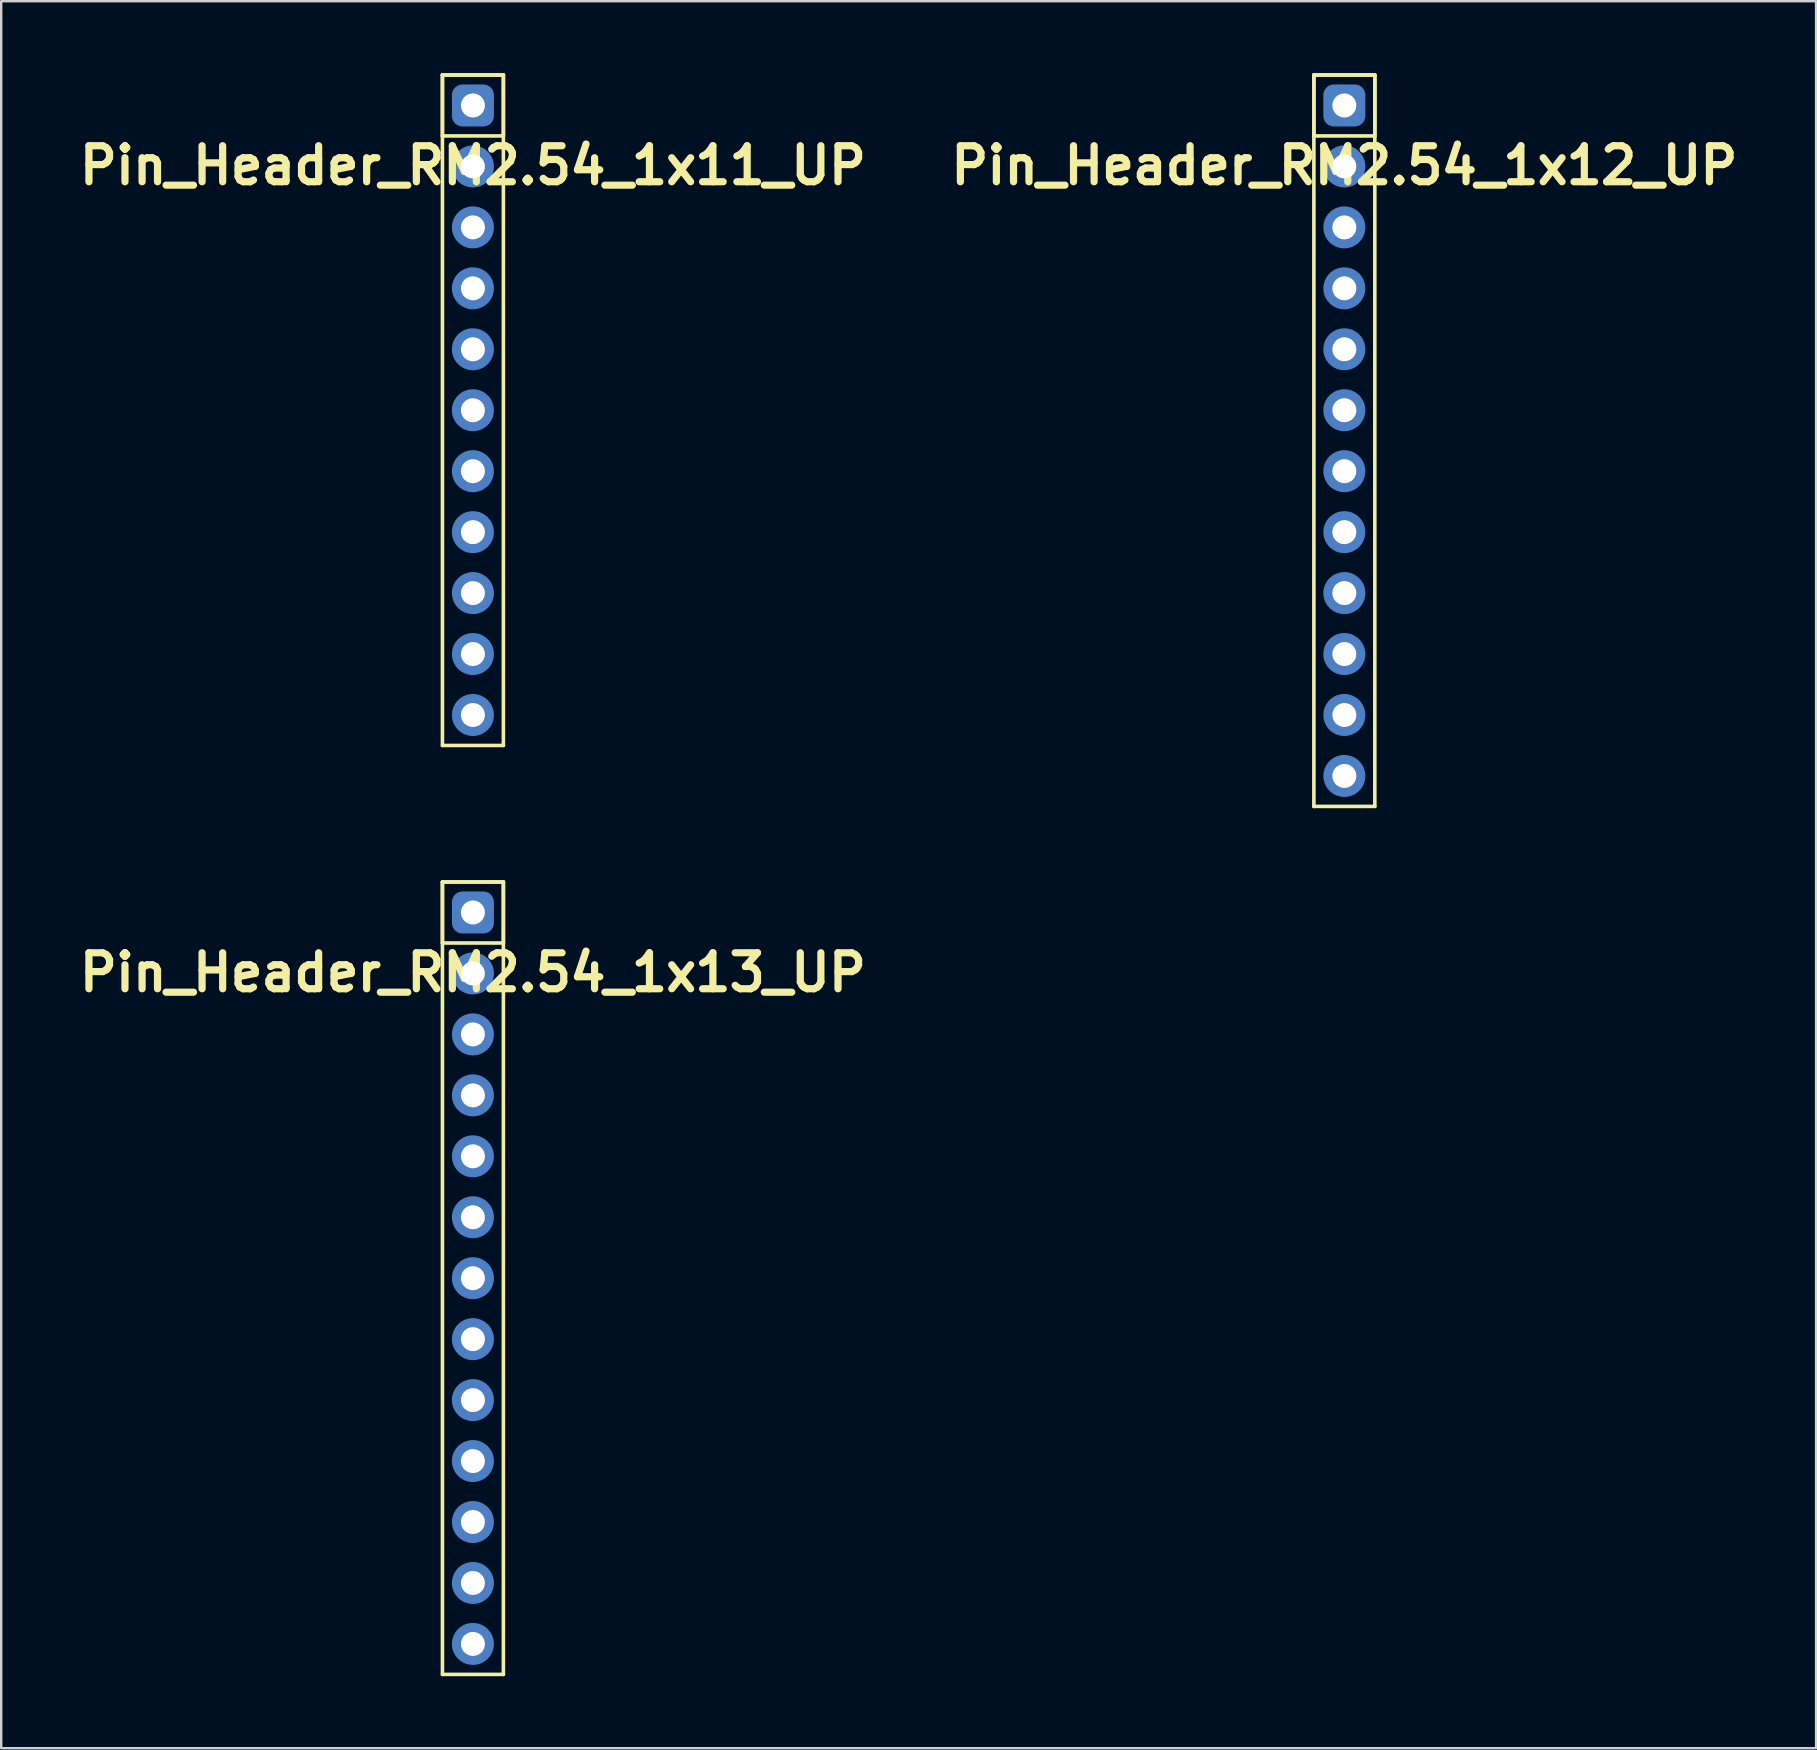
<source format=kicad_pcb>
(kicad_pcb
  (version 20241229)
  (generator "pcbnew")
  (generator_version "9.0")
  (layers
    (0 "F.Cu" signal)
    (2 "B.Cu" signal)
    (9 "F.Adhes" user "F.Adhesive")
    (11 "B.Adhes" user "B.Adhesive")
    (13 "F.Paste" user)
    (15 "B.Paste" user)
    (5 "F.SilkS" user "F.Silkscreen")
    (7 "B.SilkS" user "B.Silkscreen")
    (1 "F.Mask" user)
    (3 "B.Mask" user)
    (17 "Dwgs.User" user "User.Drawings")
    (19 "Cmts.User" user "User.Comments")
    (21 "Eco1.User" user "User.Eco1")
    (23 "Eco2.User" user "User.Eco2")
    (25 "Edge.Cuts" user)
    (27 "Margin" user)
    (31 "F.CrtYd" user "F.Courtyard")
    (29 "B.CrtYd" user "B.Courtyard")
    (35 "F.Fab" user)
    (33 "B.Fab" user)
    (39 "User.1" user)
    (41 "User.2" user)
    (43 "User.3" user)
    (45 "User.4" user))
  (footprint "Pin_Header_RM2.54_1x12_UP"
    (layer "F.Cu")
    (at 52.971 1.345)
    (property "Reference" "Pin_Header_RM2.54_1x12_UP" (at 0 2.5 0) (layer "F.SilkS") (effects (font (size 1.5 1.5) (thickness 0.3))))
    (attr through_hole)
    (fp_line (start -1.27 -1.27) (end 1.27 -1.27) (stroke (width 0.15) (type solid)) (layer "F.SilkS"))
    (fp_line (start -1.27 -1.27) (end 1.27 -1.27) (stroke (width 0.15) (type solid)) (layer "F.SilkS"))
    (fp_line (start -1.27 1.27) (end -1.27 -1.27) (stroke (width 0.15) (type solid)) (layer "F.SilkS"))
    (fp_line (start -1.27 29.21) (end -1.27 -1.27) (stroke (width 0.15) (type solid)) (layer "F.SilkS"))
    (fp_line (start 1.27 -1.27) (end 1.27 1.27) (stroke (width 0.15) (type solid)) (layer "F.SilkS"))
    (fp_line (start 1.27 -1.27) (end 1.27 29.21) (stroke (width 0.15) (type solid)) (layer "F.SilkS"))
    (fp_line (start 1.27 1.27) (end -1.27 1.27) (stroke (width 0.15) (type solid)) (layer "F.SilkS"))
    (fp_line (start 1.27 29.21) (end -1.27 29.21) (stroke (width 0.15) (type solid)) (layer "F.SilkS"))
    (pad "1" thru_hole circle (at 0 0) (size 1.3 1.3) (drill 1) (layers "*.Cu" "*.Mask"))
    (pad "1" smd roundrect (at 0 0) (size 1.5 1.5) (layers "F.Cu" "F.Mask") (roundrect_rratio 0.25))
    (pad "1" smd roundrect (at 0 0) (size 1.75 1.75) (layers "B.Cu" "B.Mask") (roundrect_rratio 0.25))
    (pad "2" thru_hole circle (at 0 2.54) (size 1.3 1.3) (drill 1) (layers "*.Cu" "*.Mask"))
    (pad "2" smd circle (at 0 2.54) (size 1.5 1.5) (layers "F.Cu" "F.Mask"))
    (pad "2" smd circle (at 0 2.54) (size 1.75 1.75) (layers "B.Cu" "B.Mask"))
    (pad "3" thru_hole circle (at 0 5.08) (size 1.3 1.3) (drill 1) (layers "*.Cu" "*.Mask"))
    (pad "3" smd circle (at 0 5.08) (size 1.5 1.5) (layers "F.Cu" "F.Mask"))
    (pad "3" smd circle (at 0 5.08) (size 1.75 1.75) (layers "B.Cu" "B.Mask"))
    (pad "4" thru_hole circle (at 0 7.62) (size 1.3 1.3) (drill 1) (layers "*.Cu" "*.Mask"))
    (pad "4" smd circle (at 0 7.62) (size 1.5 1.5) (layers "F.Cu" "F.Mask"))
    (pad "4" smd circle (at 0 7.62) (size 1.75 1.75) (layers "B.Cu" "B.Mask"))
    (pad "5" thru_hole circle (at 0 10.16) (size 1.3 1.3) (drill 1) (layers "*.Cu" "*.Mask"))
    (pad "5" smd circle (at 0 10.16) (size 1.5 1.5) (layers "F.Cu" "F.Mask"))
    (pad "5" smd circle (at 0 10.16) (size 1.75 1.75) (layers "B.Cu" "B.Mask"))
    (pad "6" thru_hole circle (at 0 12.7) (size 1.3 1.3) (drill 1) (layers "*.Cu" "*.Mask"))
    (pad "6" smd circle (at 0 12.7) (size 1.5 1.5) (layers "F.Cu" "F.Mask"))
    (pad "6" smd circle (at 0 12.7) (size 1.75 1.75) (layers "B.Cu" "B.Mask"))
    (pad "7" thru_hole circle (at 0 15.24) (size 1.3 1.3) (drill 1) (layers "*.Cu" "*.Mask"))
    (pad "7" smd circle (at 0 15.24) (size 1.5 1.5) (layers "F.Cu" "F.Mask"))
    (pad "7" smd circle (at 0 15.24) (size 1.75 1.75) (layers "B.Cu" "B.Mask"))
    (pad "8" thru_hole circle (at 0 17.78) (size 1.3 1.3) (drill 1) (layers "*.Cu" "*.Mask"))
    (pad "8" smd circle (at 0 17.78) (size 1.5 1.5) (layers "F.Cu" "F.Mask"))
    (pad "8" smd circle (at 0 17.78) (size 1.75 1.75) (layers "B.Cu" "B.Mask"))
    (pad "9" thru_hole circle (at 0 20.32) (size 1.3 1.3) (drill 1) (layers "*.Cu" "*.Mask"))
    (pad "9" smd circle (at 0 20.32) (size 1.5 1.5) (layers "F.Cu" "F.Mask"))
    (pad "9" smd circle (at 0 20.32) (size 1.75 1.75) (layers "B.Cu" "B.Mask"))
    (pad "10" thru_hole circle (at 0 22.86) (size 1.3 1.3) (drill 1) (layers "*.Cu" "*.Mask"))
    (pad "10" smd circle (at 0 22.86) (size 1.5 1.5) (layers "F.Cu" "F.Mask"))
    (pad "10" smd circle (at 0 22.86) (size 1.75 1.75) (layers "B.Cu" "B.Mask"))
    (pad "11" thru_hole circle (at 0 25.4) (size 1.3 1.3) (drill 1) (layers "*.Cu" "*.Mask"))
    (pad "11" smd circle (at 0 25.4) (size 1.5 1.5) (layers "F.Cu" "F.Mask"))
    (pad "11" smd circle (at 0 25.4) (size 1.75 1.75) (layers "B.Cu" "B.Mask"))
    (pad "12" thru_hole circle (at 0 27.94) (size 1.3 1.3) (drill 1) (layers "*.Cu" "*.Mask"))
    (pad "12" smd circle (at 0 27.94) (size 1.5 1.5) (layers "F.Cu" "F.Mask"))
    (pad "12" smd circle (at 0 27.94) (size 1.75 1.75) (layers "B.Cu" "B.Mask")))
  (footprint "Pin_Header_RM2.54_1x11_UP"
    (layer "F.Cu")
    (at 16.657 1.345)
    (property "Reference" "Pin_Header_RM2.54_1x11_UP" (at 0 2.5 0) (layer "F.SilkS") (effects (font (size 1.5 1.5) (thickness 0.3))))
    (attr through_hole)
    (fp_line (start -1.27 -1.27) (end 1.27 -1.27) (stroke (width 0.15) (type solid)) (layer "F.SilkS"))
    (fp_line (start -1.27 -1.27) (end 1.27 -1.27) (stroke (width 0.15) (type solid)) (layer "F.SilkS"))
    (fp_line (start -1.27 1.27) (end -1.27 -1.27) (stroke (width 0.15) (type solid)) (layer "F.SilkS"))
    (fp_line (start -1.27 26.67) (end -1.27 -1.27) (stroke (width 0.15) (type solid)) (layer "F.SilkS"))
    (fp_line (start 1.27 -1.27) (end 1.27 1.27) (stroke (width 0.15) (type solid)) (layer "F.SilkS"))
    (fp_line (start 1.27 -1.27) (end 1.27 26.67) (stroke (width 0.15) (type solid)) (layer "F.SilkS"))
    (fp_line (start 1.27 1.27) (end -1.27 1.27) (stroke (width 0.15) (type solid)) (layer "F.SilkS"))
    (fp_line (start 1.27 26.67) (end -1.27 26.67) (stroke (width 0.15) (type solid)) (layer "F.SilkS"))
    (pad "1" thru_hole circle (at 0 0) (size 1.3 1.3) (drill 1) (layers "*.Cu" "*.Mask"))
    (pad "1" smd roundrect (at 0 0) (size 1.5 1.5) (layers "F.Cu" "F.Mask") (roundrect_rratio 0.25))
    (pad "1" smd roundrect (at 0 0) (size 1.75 1.75) (layers "B.Cu" "B.Mask") (roundrect_rratio 0.25))
    (pad "2" thru_hole circle (at 0 2.54) (size 1.3 1.3) (drill 1) (layers "*.Cu" "*.Mask"))
    (pad "2" smd circle (at 0 2.54) (size 1.5 1.5) (layers "F.Cu" "F.Mask"))
    (pad "2" smd circle (at 0 2.54) (size 1.75 1.75) (layers "B.Cu" "B.Mask"))
    (pad "3" thru_hole circle (at 0 5.08) (size 1.3 1.3) (drill 1) (layers "*.Cu" "*.Mask"))
    (pad "3" smd circle (at 0 5.08) (size 1.5 1.5) (layers "F.Cu" "F.Mask"))
    (pad "3" smd circle (at 0 5.08) (size 1.75 1.75) (layers "B.Cu" "B.Mask"))
    (pad "4" thru_hole circle (at 0 7.62) (size 1.3 1.3) (drill 1) (layers "*.Cu" "*.Mask"))
    (pad "4" smd circle (at 0 7.62) (size 1.5 1.5) (layers "F.Cu" "F.Mask"))
    (pad "4" smd circle (at 0 7.62) (size 1.75 1.75) (layers "B.Cu" "B.Mask"))
    (pad "5" thru_hole circle (at 0 10.16) (size 1.3 1.3) (drill 1) (layers "*.Cu" "*.Mask"))
    (pad "5" smd circle (at 0 10.16) (size 1.5 1.5) (layers "F.Cu" "F.Mask"))
    (pad "5" smd circle (at 0 10.16) (size 1.75 1.75) (layers "B.Cu" "B.Mask"))
    (pad "6" thru_hole circle (at 0 12.7) (size 1.3 1.3) (drill 1) (layers "*.Cu" "*.Mask"))
    (pad "6" smd circle (at 0 12.7) (size 1.5 1.5) (layers "F.Cu" "F.Mask"))
    (pad "6" smd circle (at 0 12.7) (size 1.75 1.75) (layers "B.Cu" "B.Mask"))
    (pad "7" thru_hole circle (at 0 15.24) (size 1.3 1.3) (drill 1) (layers "*.Cu" "*.Mask"))
    (pad "7" smd circle (at 0 15.24) (size 1.5 1.5) (layers "F.Cu" "F.Mask"))
    (pad "7" smd circle (at 0 15.24) (size 1.75 1.75) (layers "B.Cu" "B.Mask"))
    (pad "8" thru_hole circle (at 0 17.78) (size 1.3 1.3) (drill 1) (layers "*.Cu" "*.Mask"))
    (pad "8" smd circle (at 0 17.78) (size 1.5 1.5) (layers "F.Cu" "F.Mask"))
    (pad "8" smd circle (at 0 17.78) (size 1.75 1.75) (layers "B.Cu" "B.Mask"))
    (pad "9" thru_hole circle (at 0 20.32) (size 1.3 1.3) (drill 1) (layers "*.Cu" "*.Mask"))
    (pad "9" smd circle (at 0 20.32) (size 1.5 1.5) (layers "F.Cu" "F.Mask"))
    (pad "9" smd circle (at 0 20.32) (size 1.75 1.75) (layers "B.Cu" "B.Mask"))
    (pad "10" thru_hole circle (at 0 22.86) (size 1.3 1.3) (drill 1) (layers "*.Cu" "*.Mask"))
    (pad "10" smd circle (at 0 22.86) (size 1.5 1.5) (layers "F.Cu" "F.Mask"))
    (pad "10" smd circle (at 0 22.86) (size 1.75 1.75) (layers "B.Cu" "B.Mask"))
    (pad "11" thru_hole circle (at 0 25.4) (size 1.3 1.3) (drill 1) (layers "*.Cu" "*.Mask"))
    (pad "11" smd circle (at 0 25.4) (size 1.5 1.5) (layers "F.Cu" "F.Mask"))
    (pad "11" smd circle (at 0 25.4) (size 1.75 1.75) (layers "B.Cu" "B.Mask")))
  (footprint "Pin_Header_RM2.54_1x13_UP"
    (layer "F.Cu")
    (at 16.657 34.975)
    (property "Reference" "Pin_Header_RM2.54_1x13_UP" (at 0 2.5 0) (layer "F.SilkS") (effects (font (size 1.5 1.5) (thickness 0.3))))
    (attr through_hole)
    (fp_line (start -1.27 -1.27) (end 1.27 -1.27) (stroke (width 0.15) (type solid)) (layer "F.SilkS"))
    (fp_line (start -1.27 -1.27) (end 1.27 -1.27) (stroke (width 0.15) (type solid)) (layer "F.SilkS"))
    (fp_line (start -1.27 1.27) (end -1.27 -1.27) (stroke (width 0.15) (type solid)) (layer "F.SilkS"))
    (fp_line (start -1.27 31.75) (end -1.27 -1.27) (stroke (width 0.15) (type solid)) (layer "F.SilkS"))
    (fp_line (start 1.27 -1.27) (end 1.27 1.27) (stroke (width 0.15) (type solid)) (layer "F.SilkS"))
    (fp_line (start 1.27 -1.27) (end 1.27 31.75) (stroke (width 0.15) (type solid)) (layer "F.SilkS"))
    (fp_line (start 1.27 1.27) (end -1.27 1.27) (stroke (width 0.15) (type solid)) (layer "F.SilkS"))
    (fp_line (start 1.27 31.75) (end -1.27 31.75) (stroke (width 0.15) (type solid)) (layer "F.SilkS"))
    (pad "1" thru_hole circle (at 0 0) (size 1.3 1.3) (drill 1) (layers "*.Cu" "*.Mask"))
    (pad "1" smd roundrect (at 0 0) (size 1.5 1.5) (layers "F.Cu" "F.Mask") (roundrect_rratio 0.25))
    (pad "1" smd roundrect (at 0 0) (size 1.75 1.75) (layers "B.Cu" "B.Mask") (roundrect_rratio 0.25))
    (pad "2" thru_hole circle (at 0 2.54) (size 1.3 1.3) (drill 1) (layers "*.Cu" "*.Mask"))
    (pad "2" smd circle (at 0 2.54) (size 1.5 1.5) (layers "F.Cu" "F.Mask"))
    (pad "2" smd circle (at 0 2.54) (size 1.75 1.75) (layers "B.Cu" "B.Mask"))
    (pad "3" thru_hole circle (at 0 5.08) (size 1.3 1.3) (drill 1) (layers "*.Cu" "*.Mask"))
    (pad "3" smd circle (at 0 5.08) (size 1.5 1.5) (layers "F.Cu" "F.Mask"))
    (pad "3" smd circle (at 0 5.08) (size 1.75 1.75) (layers "B.Cu" "B.Mask"))
    (pad "4" thru_hole circle (at 0 7.62) (size 1.3 1.3) (drill 1) (layers "*.Cu" "*.Mask"))
    (pad "4" smd circle (at 0 7.62) (size 1.5 1.5) (layers "F.Cu" "F.Mask"))
    (pad "4" smd circle (at 0 7.62) (size 1.75 1.75) (layers "B.Cu" "B.Mask"))
    (pad "5" thru_hole circle (at 0 10.16) (size 1.3 1.3) (drill 1) (layers "*.Cu" "*.Mask"))
    (pad "5" smd circle (at 0 10.16) (size 1.5 1.5) (layers "F.Cu" "F.Mask"))
    (pad "5" smd circle (at 0 10.16) (size 1.75 1.75) (layers "B.Cu" "B.Mask"))
    (pad "6" thru_hole circle (at 0 12.7) (size 1.3 1.3) (drill 1) (layers "*.Cu" "*.Mask"))
    (pad "6" smd circle (at 0 12.7) (size 1.5 1.5) (layers "F.Cu" "F.Mask"))
    (pad "6" smd circle (at 0 12.7) (size 1.75 1.75) (layers "B.Cu" "B.Mask"))
    (pad "7" thru_hole circle (at 0 15.24) (size 1.3 1.3) (drill 1) (layers "*.Cu" "*.Mask"))
    (pad "7" smd circle (at 0 15.24) (size 1.5 1.5) (layers "F.Cu" "F.Mask"))
    (pad "7" smd circle (at 0 15.24) (size 1.75 1.75) (layers "B.Cu" "B.Mask"))
    (pad "8" thru_hole circle (at 0 17.78) (size 1.3 1.3) (drill 1) (layers "*.Cu" "*.Mask"))
    (pad "8" smd circle (at 0 17.78) (size 1.5 1.5) (layers "F.Cu" "F.Mask"))
    (pad "8" smd circle (at 0 17.78) (size 1.75 1.75) (layers "B.Cu" "B.Mask"))
    (pad "9" thru_hole circle (at 0 20.32) (size 1.3 1.3) (drill 1) (layers "*.Cu" "*.Mask"))
    (pad "9" smd circle (at 0 20.32) (size 1.5 1.5) (layers "F.Cu" "F.Mask"))
    (pad "9" smd circle (at 0 20.32) (size 1.75 1.75) (layers "B.Cu" "B.Mask"))
    (pad "10" thru_hole circle (at 0 22.86) (size 1.3 1.3) (drill 1) (layers "*.Cu" "*.Mask"))
    (pad "10" smd circle (at 0 22.86) (size 1.5 1.5) (layers "F.Cu" "F.Mask"))
    (pad "10" smd circle (at 0 22.86) (size 1.75 1.75) (layers "B.Cu" "B.Mask"))
    (pad "11" thru_hole circle (at 0 25.4) (size 1.3 1.3) (drill 1) (layers "*.Cu" "*.Mask"))
    (pad "11" smd circle (at 0 25.4) (size 1.5 1.5) (layers "F.Cu" "F.Mask"))
    (pad "11" smd circle (at 0 25.4) (size 1.75 1.75) (layers "B.Cu" "B.Mask"))
    (pad "12" thru_hole circle (at 0 27.94) (size 1.3 1.3) (drill 1) (layers "*.Cu" "*.Mask"))
    (pad "12" smd circle (at 0 27.94) (size 1.5 1.5) (layers "F.Cu" "F.Mask"))
    (pad "12" smd circle (at 0 27.94) (size 1.75 1.75) (layers "B.Cu" "B.Mask"))
    (pad "13" thru_hole circle (at 0 30.48) (size 1.3 1.3) (drill 1) (layers "*.Cu" "*.Mask"))
    (pad "13" smd circle (at 0 30.48) (size 1.5 1.5) (layers "F.Cu" "F.Mask"))
    (pad "13" smd circle (at 0 30.48) (size 1.75 1.75) (layers "B.Cu" "B.Mask")))
  (gr_rect
    (start -3 -3)
    (end 72.629 69.8)
    (stroke (width 0.1) (type default))
    (fill no)
    (layer "Edge.Cuts")))
</source>
